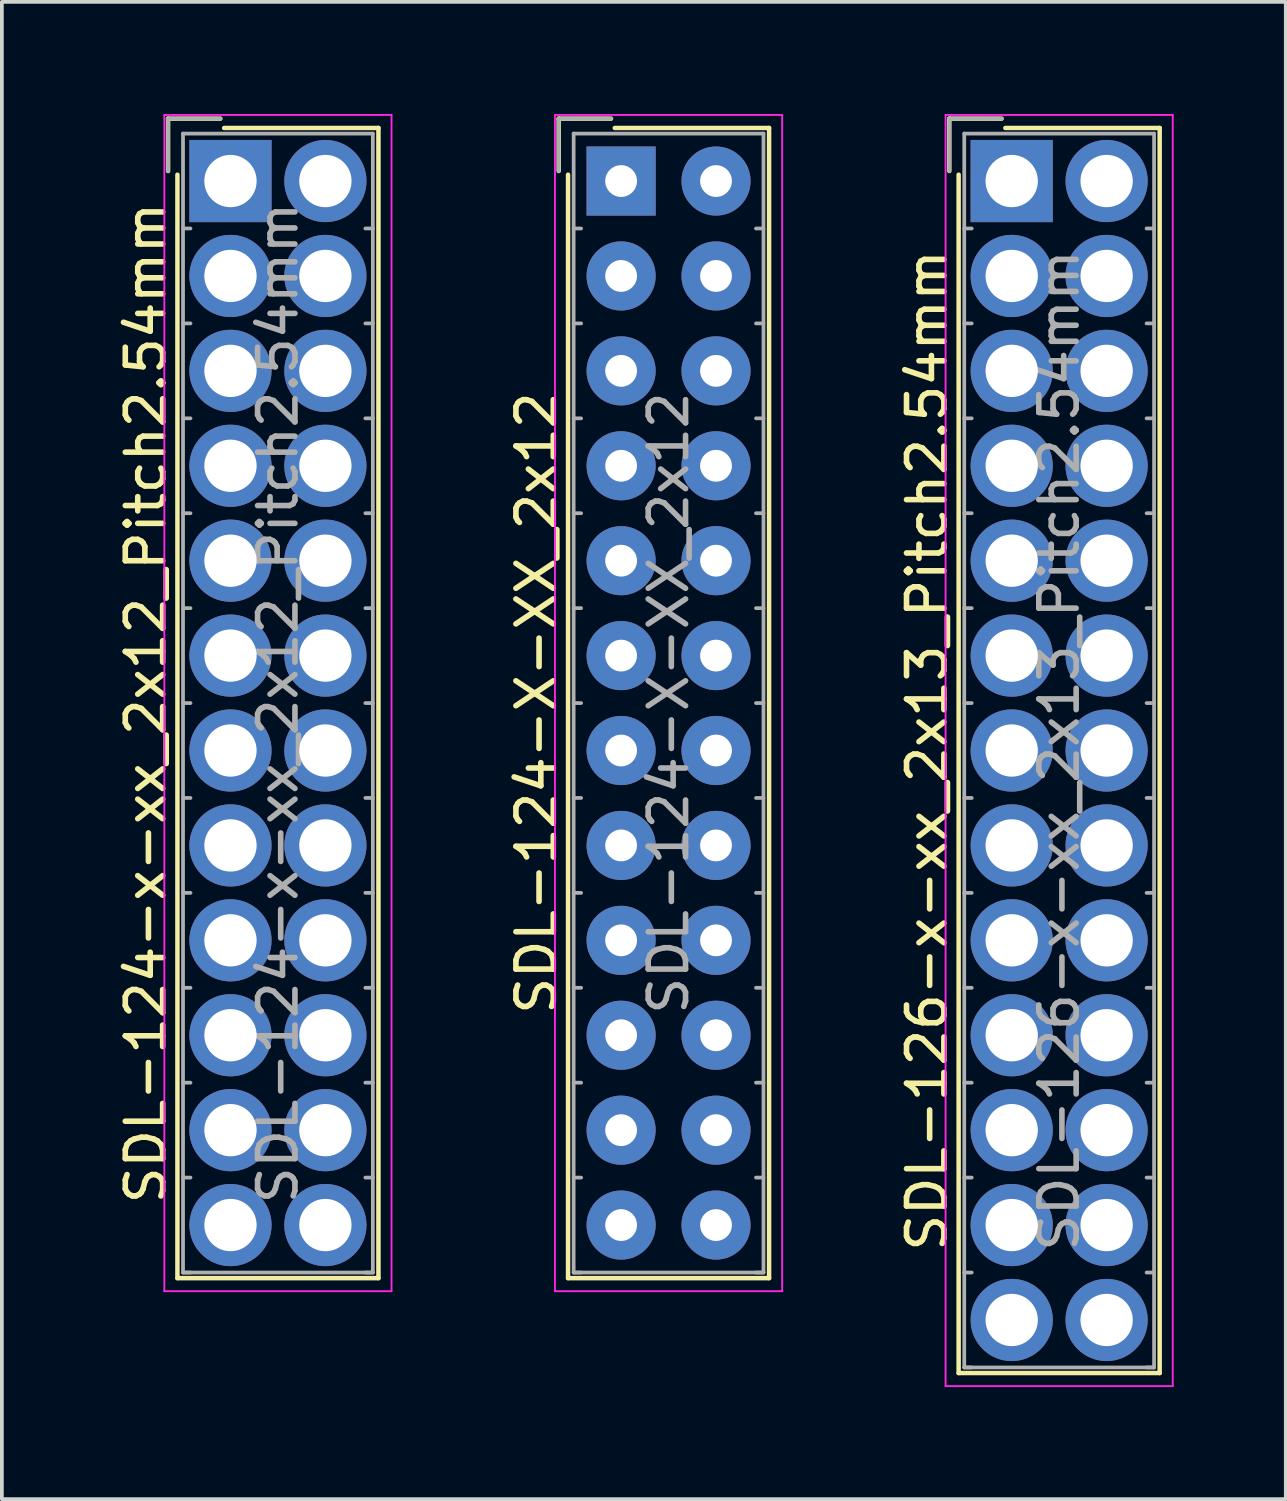
<source format=kicad_pcb>
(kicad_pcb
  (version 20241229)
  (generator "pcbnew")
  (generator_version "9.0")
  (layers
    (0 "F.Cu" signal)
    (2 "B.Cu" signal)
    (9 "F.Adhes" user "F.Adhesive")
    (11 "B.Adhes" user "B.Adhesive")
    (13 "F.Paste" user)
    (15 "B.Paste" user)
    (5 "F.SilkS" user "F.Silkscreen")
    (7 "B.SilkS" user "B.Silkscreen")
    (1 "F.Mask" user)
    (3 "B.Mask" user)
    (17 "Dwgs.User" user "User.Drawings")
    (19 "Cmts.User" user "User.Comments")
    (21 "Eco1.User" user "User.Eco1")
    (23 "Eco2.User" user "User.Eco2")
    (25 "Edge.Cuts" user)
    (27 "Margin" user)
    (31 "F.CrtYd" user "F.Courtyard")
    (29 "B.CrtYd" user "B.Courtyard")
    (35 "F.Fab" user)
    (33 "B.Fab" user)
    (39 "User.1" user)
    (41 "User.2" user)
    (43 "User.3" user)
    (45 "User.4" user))
  (footprint "SDL-124-X-XX_2x12"
    (layer "F.Cu")
    (at 13.572 1.795)
    (property "Reference" "SDL-124-X-XX_2x12" (at -2.27 13.97 90) (layer "F.SilkS") (effects (font (size 1 1) (thickness 0.15))))
    (attr through_hole)
    (fp_line (start -1.67 -1.67) (end -1.67 -0.27) (stroke (width 0.12) (type solid)) (layer "F.SilkS"))
    (fp_line (start -1.42 29.36) (end -1.42 -0.17) (stroke (width 0.12) (type solid)) (layer "F.SilkS"))
    (fp_line (start -0.27 -1.67) (end -1.67 -1.67) (stroke (width 0.12) (type solid)) (layer "F.SilkS"))
    (fp_line (start -0.17 -1.42) (end 3.96 -1.42) (stroke (width 0.12) (type solid)) (layer "F.SilkS"))
    (fp_line (start 3.96 -1.42) (end 3.96 29.36) (stroke (width 0.12) (type solid)) (layer "F.SilkS"))
    (fp_line (start 3.96 29.36) (end -1.42 29.36) (stroke (width 0.12) (type solid)) (layer "F.SilkS"))
    (fp_line (start -1.77 -1.77) (end -1.77 29.71) (stroke (width 0.05) (type solid)) (layer "F.CrtYd"))
    (fp_line (start -1.77 29.71) (end 4.31 29.71) (stroke (width 0.05) (type solid)) (layer "F.CrtYd"))
    (fp_line (start 4.31 -1.77) (end -1.77 -1.77) (stroke (width 0.05) (type solid)) (layer "F.CrtYd"))
    (fp_line (start 4.31 29.71) (end 4.31 -1.77) (stroke (width 0.05) (type solid)) (layer "F.CrtYd"))
    (fp_line (start -1.67 -1.67) (end -1.67 -0.27) (stroke (width 0.1) (type solid)) (layer "F.Fab"))
    (fp_line (start -1.27 -1.27) (end -1.27 29.21) (stroke (width 0.1) (type solid)) (layer "F.Fab"))
    (fp_line (start -1.27 1.27) (end -1.07 1.27) (stroke (width 0.1) (type solid)) (layer "F.Fab"))
    (fp_line (start -1.27 3.81) (end -1.07 3.81) (stroke (width 0.1) (type solid)) (layer "F.Fab"))
    (fp_line (start -1.27 6.35) (end -1.07 6.35) (stroke (width 0.1) (type solid)) (layer "F.Fab"))
    (fp_line (start -1.27 8.89) (end -1.07 8.89) (stroke (width 0.1) (type solid)) (layer "F.Fab"))
    (fp_line (start -1.27 11.43) (end -1.07 11.43) (stroke (width 0.1) (type solid)) (layer "F.Fab"))
    (fp_line (start -1.27 13.97) (end -1.07 13.97) (stroke (width 0.1) (type solid)) (layer "F.Fab"))
    (fp_line (start -1.27 16.51) (end -1.07 16.51) (stroke (width 0.1) (type solid)) (layer "F.Fab"))
    (fp_line (start -1.27 19.05) (end -1.07 19.05) (stroke (width 0.1) (type solid)) (layer "F.Fab"))
    (fp_line (start -1.27 21.59) (end -1.07 21.59) (stroke (width 0.1) (type solid)) (layer "F.Fab"))
    (fp_line (start -1.27 24.13) (end -1.07 24.13) (stroke (width 0.1) (type solid)) (layer "F.Fab"))
    (fp_line (start -1.27 26.67) (end -1.07 26.67) (stroke (width 0.1) (type solid)) (layer "F.Fab"))
    (fp_line (start -1.27 29.21) (end -1.07 29.21) (stroke (width 0.1) (type solid)) (layer "F.Fab"))
    (fp_line (start -1.27 29.21) (end 3.81 29.21) (stroke (width 0.1) (type solid)) (layer "F.Fab"))
    (fp_line (start -0.27 -1.67) (end -1.67 -1.67) (stroke (width 0.1) (type solid)) (layer "F.Fab"))
    (fp_line (start 3.81 -1.27) (end -1.27 -1.27) (stroke (width 0.1) (type solid)) (layer "F.Fab"))
    (fp_line (start 3.81 1.27) (end 3.61 1.27) (stroke (width 0.1) (type solid)) (layer "F.Fab"))
    (fp_line (start 3.81 3.81) (end 3.61 3.81) (stroke (width 0.1) (type solid)) (layer "F.Fab"))
    (fp_line (start 3.81 6.35) (end 3.61 6.35) (stroke (width 0.1) (type solid)) (layer "F.Fab"))
    (fp_line (start 3.81 8.89) (end 3.61 8.89) (stroke (width 0.1) (type solid)) (layer "F.Fab"))
    (fp_line (start 3.81 11.43) (end 3.61 11.43) (stroke (width 0.1) (type solid)) (layer "F.Fab"))
    (fp_line (start 3.81 13.97) (end 3.61 13.97) (stroke (width 0.1) (type solid)) (layer "F.Fab"))
    (fp_line (start 3.81 16.51) (end 3.61 16.51) (stroke (width 0.1) (type solid)) (layer "F.Fab"))
    (fp_line (start 3.81 19.05) (end 3.61 19.05) (stroke (width 0.1) (type solid)) (layer "F.Fab"))
    (fp_line (start 3.81 21.59) (end 3.61 21.59) (stroke (width 0.1) (type solid)) (layer "F.Fab"))
    (fp_line (start 3.81 24.13) (end 3.61 24.13) (stroke (width 0.1) (type solid)) (layer "F.Fab"))
    (fp_line (start 3.81 26.67) (end 3.61 26.67) (stroke (width 0.1) (type solid)) (layer "F.Fab"))
    (fp_line (start 3.81 29.21) (end 3.61 29.21) (stroke (width 0.1) (type solid)) (layer "F.Fab"))
    (fp_line (start 3.81 29.21) (end 3.81 -1.27) (stroke (width 0.1) (type solid)) (layer "F.Fab"))
    (fp_text user "${REFERENCE}" (at 1.27 13.97 90) (layer "F.Fab") (effects (font (size 1 1) (thickness 0.15))))
    (pad "1" thru_hole rect (at 0 0) (size 1.85 1.85) (drill 0.85) (layers "*.Cu" "*.Mask"))
    (pad "2" thru_hole circle (at 2.54 0) (size 1.85 1.85) (drill 0.85) (layers "*.Cu" "*.Mask"))
    (pad "3" thru_hole circle (at 0 2.54) (size 1.85 1.85) (drill 0.85) (layers "*.Cu" "*.Mask"))
    (pad "4" thru_hole circle (at 2.54 2.54) (size 1.85 1.85) (drill 0.85) (layers "*.Cu" "*.Mask"))
    (pad "5" thru_hole circle (at 0 5.08) (size 1.85 1.85) (drill 0.85) (layers "*.Cu" "*.Mask"))
    (pad "6" thru_hole circle (at 2.54 5.08) (size 1.85 1.85) (drill 0.85) (layers "*.Cu" "*.Mask"))
    (pad "7" thru_hole circle (at 0 7.62) (size 1.85 1.85) (drill 0.85) (layers "*.Cu" "*.Mask"))
    (pad "8" thru_hole circle (at 2.54 7.62) (size 1.85 1.85) (drill 0.85) (layers "*.Cu" "*.Mask"))
    (pad "9" thru_hole circle (at 0 10.16) (size 1.85 1.85) (drill 0.85) (layers "*.Cu" "*.Mask"))
    (pad "10" thru_hole circle (at 2.54 10.16) (size 1.85 1.85) (drill 0.85) (layers "*.Cu" "*.Mask"))
    (pad "11" thru_hole circle (at 0 12.7) (size 1.85 1.85) (drill 0.85) (layers "*.Cu" "*.Mask"))
    (pad "12" thru_hole circle (at 2.54 12.7) (size 1.85 1.85) (drill 0.85) (layers "*.Cu" "*.Mask"))
    (pad "13" thru_hole circle (at 0 15.24) (size 1.85 1.85) (drill 0.85) (layers "*.Cu" "*.Mask"))
    (pad "14" thru_hole circle (at 2.54 15.24) (size 1.85 1.85) (drill 0.85) (layers "*.Cu" "*.Mask"))
    (pad "15" thru_hole circle (at 0 17.78) (size 1.85 1.85) (drill 0.85) (layers "*.Cu" "*.Mask"))
    (pad "16" thru_hole circle (at 2.54 17.78) (size 1.85 1.85) (drill 0.85) (layers "*.Cu" "*.Mask"))
    (pad "17" thru_hole circle (at 0 20.32) (size 1.85 1.85) (drill 0.85) (layers "*.Cu" "*.Mask"))
    (pad "18" thru_hole circle (at 2.54 20.32) (size 1.85 1.85) (drill 0.85) (layers "*.Cu" "*.Mask"))
    (pad "19" thru_hole circle (at 0 22.86) (size 1.85 1.85) (drill 0.85) (layers "*.Cu" "*.Mask"))
    (pad "20" thru_hole circle (at 2.54 22.86) (size 1.85 1.85) (drill 0.85) (layers "*.Cu" "*.Mask"))
    (pad "21" thru_hole circle (at 0 25.4) (size 1.85 1.85) (drill 0.85) (layers "*.Cu" "*.Mask"))
    (pad "22" thru_hole circle (at 2.54 25.4) (size 1.85 1.85) (drill 0.85) (layers "*.Cu" "*.Mask"))
    (pad "23" thru_hole circle (at 0 27.94) (size 1.85 1.85) (drill 0.85) (layers "*.Cu" "*.Mask"))
    (pad "24" thru_hole circle (at 2.54 27.94) (size 1.85 1.85) (drill 0.85) (layers "*.Cu" "*.Mask")))
  (footprint "SDL-126-x-xx_2x13_Pitch2.54mm"
    (layer "F.Cu")
    (at 24.025 1.795)
    (property "Reference" "SDL-126-x-xx_2x13_Pitch2.54mm" (at -2.27 15.24 90) (layer "F.SilkS") (effects (font (size 1 1) (thickness 0.15))))
    (attr through_hole)
    (fp_line (start -1.67 -1.67) (end -1.67 -0.27) (stroke (width 0.12) (type solid)) (layer "F.SilkS"))
    (fp_line (start -1.42 31.9) (end -1.42 -0.17) (stroke (width 0.12) (type solid)) (layer "F.SilkS"))
    (fp_line (start -0.27 -1.67) (end -1.67 -1.67) (stroke (width 0.12) (type solid)) (layer "F.SilkS"))
    (fp_line (start -0.17 -1.42) (end 3.96 -1.42) (stroke (width 0.12) (type solid)) (layer "F.SilkS"))
    (fp_line (start 3.96 -1.42) (end 3.96 31.9) (stroke (width 0.12) (type solid)) (layer "F.SilkS"))
    (fp_line (start 3.96 31.9) (end -1.42 31.9) (stroke (width 0.12) (type solid)) (layer "F.SilkS"))
    (fp_line (start -1.77 -1.77) (end -1.77 32.25) (stroke (width 0.05) (type solid)) (layer "F.CrtYd"))
    (fp_line (start -1.77 32.25) (end 4.31 32.25) (stroke (width 0.05) (type solid)) (layer "F.CrtYd"))
    (fp_line (start 4.31 -1.77) (end -1.77 -1.77) (stroke (width 0.05) (type solid)) (layer "F.CrtYd"))
    (fp_line (start 4.31 32.25) (end 4.31 -1.77) (stroke (width 0.05) (type solid)) (layer "F.CrtYd"))
    (fp_line (start -1.67 -1.67) (end -1.67 -0.27) (stroke (width 0.1) (type solid)) (layer "F.Fab"))
    (fp_line (start -1.27 -1.27) (end -1.27 31.75) (stroke (width 0.1) (type solid)) (layer "F.Fab"))
    (fp_line (start -1.27 1.27) (end -1.07 1.27) (stroke (width 0.1) (type solid)) (layer "F.Fab"))
    (fp_line (start -1.27 3.81) (end -1.07 3.81) (stroke (width 0.1) (type solid)) (layer "F.Fab"))
    (fp_line (start -1.27 6.35) (end -1.07 6.35) (stroke (width 0.1) (type solid)) (layer "F.Fab"))
    (fp_line (start -1.27 8.89) (end -1.07 8.89) (stroke (width 0.1) (type solid)) (layer "F.Fab"))
    (fp_line (start -1.27 11.43) (end -1.07 11.43) (stroke (width 0.1) (type solid)) (layer "F.Fab"))
    (fp_line (start -1.27 13.97) (end -1.07 13.97) (stroke (width 0.1) (type solid)) (layer "F.Fab"))
    (fp_line (start -1.27 16.51) (end -1.07 16.51) (stroke (width 0.1) (type solid)) (layer "F.Fab"))
    (fp_line (start -1.27 19.05) (end -1.07 19.05) (stroke (width 0.1) (type solid)) (layer "F.Fab"))
    (fp_line (start -1.27 21.59) (end -1.07 21.59) (stroke (width 0.1) (type solid)) (layer "F.Fab"))
    (fp_line (start -1.27 24.13) (end -1.07 24.13) (stroke (width 0.1) (type solid)) (layer "F.Fab"))
    (fp_line (start -1.27 26.67) (end -1.07 26.67) (stroke (width 0.1) (type solid)) (layer "F.Fab"))
    (fp_line (start -1.27 29.21) (end -1.07 29.21) (stroke (width 0.1) (type solid)) (layer "F.Fab"))
    (fp_line (start -1.27 31.75) (end -1.07 31.75) (stroke (width 0.1) (type solid)) (layer "F.Fab"))
    (fp_line (start -1.27 31.75) (end 3.81 31.75) (stroke (width 0.1) (type solid)) (layer "F.Fab"))
    (fp_line (start -0.27 -1.67) (end -1.67 -1.67) (stroke (width 0.1) (type solid)) (layer "F.Fab"))
    (fp_line (start 3.81 -1.27) (end -1.27 -1.27) (stroke (width 0.1) (type solid)) (layer "F.Fab"))
    (fp_line (start 3.81 1.27) (end 3.61 1.27) (stroke (width 0.1) (type solid)) (layer "F.Fab"))
    (fp_line (start 3.81 3.81) (end 3.61 3.81) (stroke (width 0.1) (type solid)) (layer "F.Fab"))
    (fp_line (start 3.81 6.35) (end 3.61 6.35) (stroke (width 0.1) (type solid)) (layer "F.Fab"))
    (fp_line (start 3.81 8.89) (end 3.61 8.89) (stroke (width 0.1) (type solid)) (layer "F.Fab"))
    (fp_line (start 3.81 11.43) (end 3.61 11.43) (stroke (width 0.1) (type solid)) (layer "F.Fab"))
    (fp_line (start 3.81 13.97) (end 3.61 13.97) (stroke (width 0.1) (type solid)) (layer "F.Fab"))
    (fp_line (start 3.81 16.51) (end 3.61 16.51) (stroke (width 0.1) (type solid)) (layer "F.Fab"))
    (fp_line (start 3.81 19.05) (end 3.61 19.05) (stroke (width 0.1) (type solid)) (layer "F.Fab"))
    (fp_line (start 3.81 21.59) (end 3.61 21.59) (stroke (width 0.1) (type solid)) (layer "F.Fab"))
    (fp_line (start 3.81 24.13) (end 3.61 24.13) (stroke (width 0.1) (type solid)) (layer "F.Fab"))
    (fp_line (start 3.81 26.67) (end 3.61 26.67) (stroke (width 0.1) (type solid)) (layer "F.Fab"))
    (fp_line (start 3.81 29.21) (end 3.61 29.21) (stroke (width 0.1) (type solid)) (layer "F.Fab"))
    (fp_line (start 3.81 31.75) (end 3.61 31.75) (stroke (width 0.1) (type solid)) (layer "F.Fab"))
    (fp_line (start 3.81 31.75) (end 3.81 -1.27) (stroke (width 0.1) (type solid)) (layer "F.Fab"))
    (fp_text user "${REFERENCE}" (at 1.27 15.24 90) (layer "F.Fab") (effects (font (size 1 1) (thickness 0.15))))
    (pad "1" thru_hole rect (at 0 0) (size 2.2 2.2) (drill 1.4) (layers "*.Cu" "*.Mask"))
    (pad "2" thru_hole circle (at 2.54 0) (size 2.2 2.2) (drill 1.4) (layers "*.Cu" "*.Mask"))
    (pad "3" thru_hole circle (at 0 2.54) (size 2.2 2.2) (drill 1.4) (layers "*.Cu" "*.Mask"))
    (pad "4" thru_hole circle (at 2.54 2.54) (size 2.2 2.2) (drill 1.4) (layers "*.Cu" "*.Mask"))
    (pad "5" thru_hole circle (at 0 5.08) (size 2.2 2.2) (drill 1.4) (layers "*.Cu" "*.Mask"))
    (pad "6" thru_hole circle (at 2.54 5.08) (size 2.2 2.2) (drill 1.4) (layers "*.Cu" "*.Mask"))
    (pad "7" thru_hole circle (at 0 7.62) (size 2.2 2.2) (drill 1.4) (layers "*.Cu" "*.Mask"))
    (pad "8" thru_hole circle (at 2.54 7.62) (size 2.2 2.2) (drill 1.4) (layers "*.Cu" "*.Mask"))
    (pad "9" thru_hole circle (at 0 10.16) (size 2.2 2.2) (drill 1.4) (layers "*.Cu" "*.Mask"))
    (pad "10" thru_hole circle (at 2.54 10.16) (size 2.2 2.2) (drill 1.4) (layers "*.Cu" "*.Mask"))
    (pad "11" thru_hole circle (at 0 12.7) (size 2.2 2.2) (drill 1.4) (layers "*.Cu" "*.Mask"))
    (pad "12" thru_hole circle (at 2.54 12.7) (size 2.2 2.2) (drill 1.4) (layers "*.Cu" "*.Mask"))
    (pad "13" thru_hole circle (at 0 15.24) (size 2.2 2.2) (drill 1.4) (layers "*.Cu" "*.Mask"))
    (pad "14" thru_hole circle (at 2.54 15.24) (size 2.2 2.2) (drill 1.4) (layers "*.Cu" "*.Mask"))
    (pad "15" thru_hole circle (at 0 17.78) (size 2.2 2.2) (drill 1.4) (layers "*.Cu" "*.Mask"))
    (pad "16" thru_hole circle (at 2.54 17.78) (size 2.2 2.2) (drill 1.4) (layers "*.Cu" "*.Mask"))
    (pad "17" thru_hole circle (at 0 20.32) (size 2.2 2.2) (drill 1.4) (layers "*.Cu" "*.Mask"))
    (pad "18" thru_hole circle (at 2.54 20.32) (size 2.2 2.2) (drill 1.4) (layers "*.Cu" "*.Mask"))
    (pad "19" thru_hole circle (at 0 22.86) (size 2.2 2.2) (drill 1.4) (layers "*.Cu" "*.Mask"))
    (pad "20" thru_hole circle (at 2.54 22.86) (size 2.2 2.2) (drill 1.4) (layers "*.Cu" "*.Mask"))
    (pad "21" thru_hole circle (at 0 25.4) (size 2.2 2.2) (drill 1.4) (layers "*.Cu" "*.Mask"))
    (pad "22" thru_hole circle (at 2.54 25.4) (size 2.2 2.2) (drill 1.4) (layers "*.Cu" "*.Mask"))
    (pad "23" thru_hole circle (at 0 27.94) (size 2.2 2.2) (drill 1.4) (layers "*.Cu" "*.Mask"))
    (pad "24" thru_hole circle (at 2.54 27.94) (size 2.2 2.2) (drill 1.4) (layers "*.Cu" "*.Mask"))
    (pad "25" thru_hole circle (at 0 30.48) (size 2.2 2.2) (drill 1.4) (layers "*.Cu" "*.Mask"))
    (pad "26" thru_hole circle (at 2.54 30.48) (size 2.2 2.2) (drill 1.4) (layers "*.Cu" "*.Mask")))
  (footprint "SDL-124-x-xx_2x12_Pitch2.54mm"
    (layer "F.Cu")
    (at 3.118 1.795)
    (property "Reference" "SDL-124-x-xx_2x12_Pitch2.54mm" (at -2.27 13.97 90) (layer "F.SilkS") (effects (font (size 1 1) (thickness 0.15))))
    (attr through_hole)
    (fp_line (start -1.67 -1.67) (end -1.67 -0.27) (stroke (width 0.12) (type solid)) (layer "F.SilkS"))
    (fp_line (start -1.42 29.36) (end -1.42 -0.17) (stroke (width 0.12) (type solid)) (layer "F.SilkS"))
    (fp_line (start -0.27 -1.67) (end -1.67 -1.67) (stroke (width 0.12) (type solid)) (layer "F.SilkS"))
    (fp_line (start -0.17 -1.42) (end 3.96 -1.42) (stroke (width 0.12) (type solid)) (layer "F.SilkS"))
    (fp_line (start 3.96 -1.42) (end 3.96 29.36) (stroke (width 0.12) (type solid)) (layer "F.SilkS"))
    (fp_line (start 3.96 29.36) (end -1.42 29.36) (stroke (width 0.12) (type solid)) (layer "F.SilkS"))
    (fp_line (start -1.77 -1.77) (end -1.77 29.71) (stroke (width 0.05) (type solid)) (layer "F.CrtYd"))
    (fp_line (start -1.77 29.71) (end 4.31 29.71) (stroke (width 0.05) (type solid)) (layer "F.CrtYd"))
    (fp_line (start 4.31 -1.77) (end -1.77 -1.77) (stroke (width 0.05) (type solid)) (layer "F.CrtYd"))
    (fp_line (start 4.31 29.71) (end 4.31 -1.77) (stroke (width 0.05) (type solid)) (layer "F.CrtYd"))
    (fp_line (start -1.67 -1.67) (end -1.67 -0.27) (stroke (width 0.1) (type solid)) (layer "F.Fab"))
    (fp_line (start -1.27 -1.27) (end -1.27 29.21) (stroke (width 0.1) (type solid)) (layer "F.Fab"))
    (fp_line (start -1.27 1.27) (end -1.07 1.27) (stroke (width 0.1) (type solid)) (layer "F.Fab"))
    (fp_line (start -1.27 3.81) (end -1.07 3.81) (stroke (width 0.1) (type solid)) (layer "F.Fab"))
    (fp_line (start -1.27 6.35) (end -1.07 6.35) (stroke (width 0.1) (type solid)) (layer "F.Fab"))
    (fp_line (start -1.27 8.89) (end -1.07 8.89) (stroke (width 0.1) (type solid)) (layer "F.Fab"))
    (fp_line (start -1.27 11.43) (end -1.07 11.43) (stroke (width 0.1) (type solid)) (layer "F.Fab"))
    (fp_line (start -1.27 13.97) (end -1.07 13.97) (stroke (width 0.1) (type solid)) (layer "F.Fab"))
    (fp_line (start -1.27 16.51) (end -1.07 16.51) (stroke (width 0.1) (type solid)) (layer "F.Fab"))
    (fp_line (start -1.27 19.05) (end -1.07 19.05) (stroke (width 0.1) (type solid)) (layer "F.Fab"))
    (fp_line (start -1.27 21.59) (end -1.07 21.59) (stroke (width 0.1) (type solid)) (layer "F.Fab"))
    (fp_line (start -1.27 24.13) (end -1.07 24.13) (stroke (width 0.1) (type solid)) (layer "F.Fab"))
    (fp_line (start -1.27 26.67) (end -1.07 26.67) (stroke (width 0.1) (type solid)) (layer "F.Fab"))
    (fp_line (start -1.27 29.21) (end -1.07 29.21) (stroke (width 0.1) (type solid)) (layer "F.Fab"))
    (fp_line (start -1.27 29.21) (end 3.81 29.21) (stroke (width 0.1) (type solid)) (layer "F.Fab"))
    (fp_line (start -0.27 -1.67) (end -1.67 -1.67) (stroke (width 0.1) (type solid)) (layer "F.Fab"))
    (fp_line (start 3.81 -1.27) (end -1.27 -1.27) (stroke (width 0.1) (type solid)) (layer "F.Fab"))
    (fp_line (start 3.81 1.27) (end 3.61 1.27) (stroke (width 0.1) (type solid)) (layer "F.Fab"))
    (fp_line (start 3.81 3.81) (end 3.61 3.81) (stroke (width 0.1) (type solid)) (layer "F.Fab"))
    (fp_line (start 3.81 6.35) (end 3.61 6.35) (stroke (width 0.1) (type solid)) (layer "F.Fab"))
    (fp_line (start 3.81 8.89) (end 3.61 8.89) (stroke (width 0.1) (type solid)) (layer "F.Fab"))
    (fp_line (start 3.81 11.43) (end 3.61 11.43) (stroke (width 0.1) (type solid)) (layer "F.Fab"))
    (fp_line (start 3.81 13.97) (end 3.61 13.97) (stroke (width 0.1) (type solid)) (layer "F.Fab"))
    (fp_line (start 3.81 16.51) (end 3.61 16.51) (stroke (width 0.1) (type solid)) (layer "F.Fab"))
    (fp_line (start 3.81 19.05) (end 3.61 19.05) (stroke (width 0.1) (type solid)) (layer "F.Fab"))
    (fp_line (start 3.81 21.59) (end 3.61 21.59) (stroke (width 0.1) (type solid)) (layer "F.Fab"))
    (fp_line (start 3.81 24.13) (end 3.61 24.13) (stroke (width 0.1) (type solid)) (layer "F.Fab"))
    (fp_line (start 3.81 26.67) (end 3.61 26.67) (stroke (width 0.1) (type solid)) (layer "F.Fab"))
    (fp_line (start 3.81 29.21) (end 3.61 29.21) (stroke (width 0.1) (type solid)) (layer "F.Fab"))
    (fp_line (start 3.81 29.21) (end 3.81 -1.27) (stroke (width 0.1) (type solid)) (layer "F.Fab"))
    (fp_text user "${REFERENCE}" (at 1.27 13.97 90) (layer "F.Fab") (effects (font (size 1 1) (thickness 0.15))))
    (pad "1" thru_hole rect (at 0 0) (size 2.2 2.2) (drill 1.4) (layers "*.Cu" "*.Mask"))
    (pad "2" thru_hole circle (at 2.54 0) (size 2.2 2.2) (drill 1.4) (layers "*.Cu" "*.Mask"))
    (pad "3" thru_hole circle (at 0 2.54) (size 2.2 2.2) (drill 1.4) (layers "*.Cu" "*.Mask"))
    (pad "4" thru_hole circle (at 2.54 2.54) (size 2.2 2.2) (drill 1.4) (layers "*.Cu" "*.Mask"))
    (pad "5" thru_hole circle (at 0 5.08) (size 2.2 2.2) (drill 1.4) (layers "*.Cu" "*.Mask"))
    (pad "6" thru_hole circle (at 2.54 5.08) (size 2.2 2.2) (drill 1.4) (layers "*.Cu" "*.Mask"))
    (pad "7" thru_hole circle (at 0 7.62) (size 2.2 2.2) (drill 1.4) (layers "*.Cu" "*.Mask"))
    (pad "8" thru_hole circle (at 2.54 7.62) (size 2.2 2.2) (drill 1.4) (layers "*.Cu" "*.Mask"))
    (pad "9" thru_hole circle (at 0 10.16) (size 2.2 2.2) (drill 1.4) (layers "*.Cu" "*.Mask"))
    (pad "10" thru_hole circle (at 2.54 10.16) (size 2.2 2.2) (drill 1.4) (layers "*.Cu" "*.Mask"))
    (pad "11" thru_hole circle (at 0 12.7) (size 2.2 2.2) (drill 1.4) (layers "*.Cu" "*.Mask"))
    (pad "12" thru_hole circle (at 2.54 12.7) (size 2.2 2.2) (drill 1.4) (layers "*.Cu" "*.Mask"))
    (pad "13" thru_hole circle (at 0 15.24) (size 2.2 2.2) (drill 1.4) (layers "*.Cu" "*.Mask"))
    (pad "14" thru_hole circle (at 2.54 15.24) (size 2.2 2.2) (drill 1.4) (layers "*.Cu" "*.Mask"))
    (pad "15" thru_hole circle (at 0 17.78) (size 2.2 2.2) (drill 1.4) (layers "*.Cu" "*.Mask"))
    (pad "16" thru_hole circle (at 2.54 17.78) (size 2.2 2.2) (drill 1.4) (layers "*.Cu" "*.Mask"))
    (pad "17" thru_hole circle (at 0 20.32) (size 2.2 2.2) (drill 1.4) (layers "*.Cu" "*.Mask"))
    (pad "18" thru_hole circle (at 2.54 20.32) (size 2.2 2.2) (drill 1.4) (layers "*.Cu" "*.Mask"))
    (pad "19" thru_hole circle (at 0 22.86) (size 2.2 2.2) (drill 1.4) (layers "*.Cu" "*.Mask"))
    (pad "20" thru_hole circle (at 2.54 22.86) (size 2.2 2.2) (drill 1.4) (layers "*.Cu" "*.Mask"))
    (pad "21" thru_hole circle (at 0 25.4) (size 2.2 2.2) (drill 1.4) (layers "*.Cu" "*.Mask"))
    (pad "22" thru_hole circle (at 2.54 25.4) (size 2.2 2.2) (drill 1.4) (layers "*.Cu" "*.Mask"))
    (pad "23" thru_hole circle (at 0 27.94) (size 2.2 2.2) (drill 1.4) (layers "*.Cu" "*.Mask"))
    (pad "24" thru_hole circle (at 2.54 27.94) (size 2.2 2.2) (drill 1.4) (layers "*.Cu" "*.Mask")))
  (gr_rect
    (start -3 -3)
    (end 31.36 37.07)
    (stroke (width 0.1) (type default))
    (fill no)
    (layer "Edge.Cuts")))
</source>
